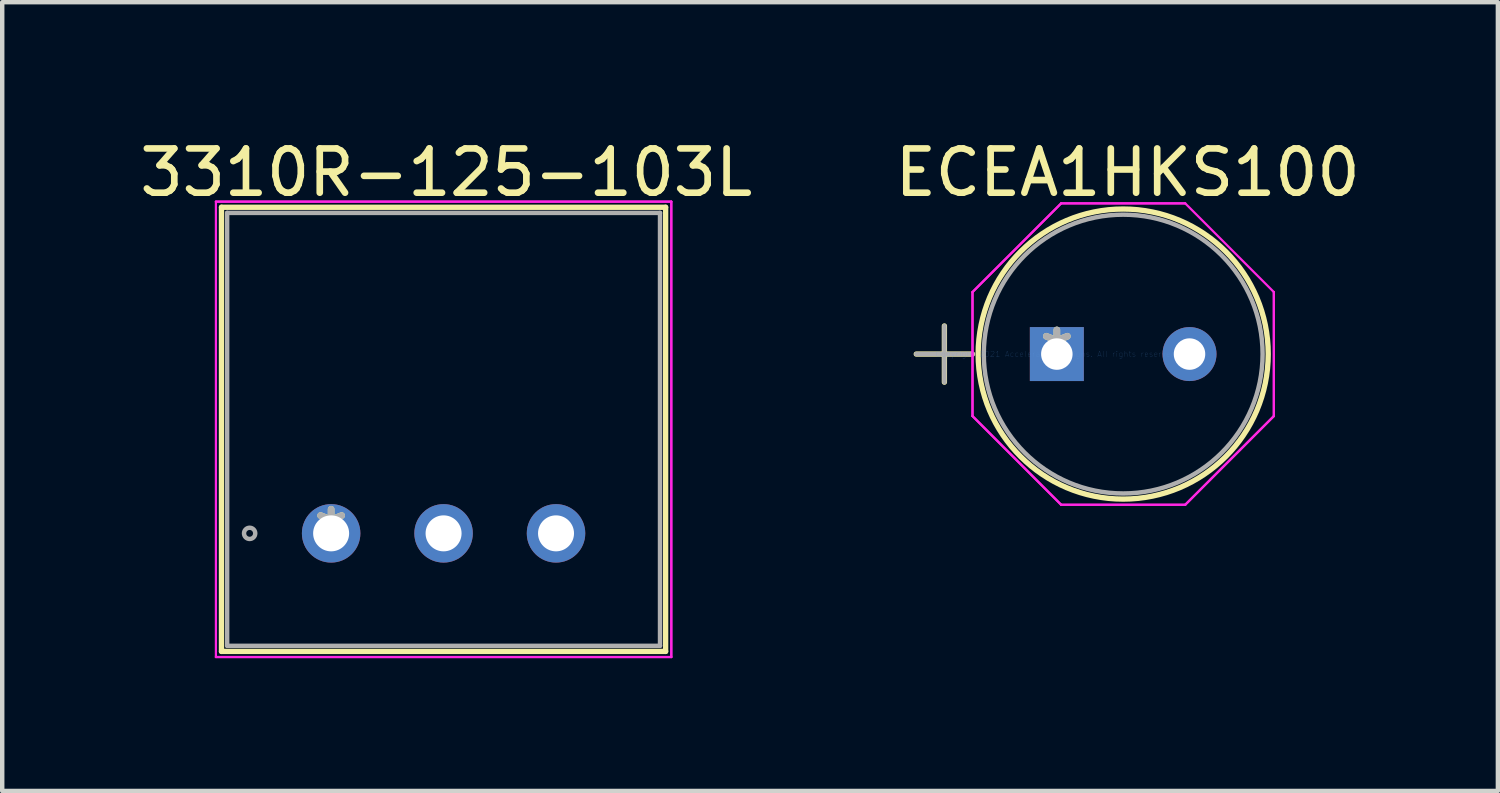
<source format=kicad_pcb>
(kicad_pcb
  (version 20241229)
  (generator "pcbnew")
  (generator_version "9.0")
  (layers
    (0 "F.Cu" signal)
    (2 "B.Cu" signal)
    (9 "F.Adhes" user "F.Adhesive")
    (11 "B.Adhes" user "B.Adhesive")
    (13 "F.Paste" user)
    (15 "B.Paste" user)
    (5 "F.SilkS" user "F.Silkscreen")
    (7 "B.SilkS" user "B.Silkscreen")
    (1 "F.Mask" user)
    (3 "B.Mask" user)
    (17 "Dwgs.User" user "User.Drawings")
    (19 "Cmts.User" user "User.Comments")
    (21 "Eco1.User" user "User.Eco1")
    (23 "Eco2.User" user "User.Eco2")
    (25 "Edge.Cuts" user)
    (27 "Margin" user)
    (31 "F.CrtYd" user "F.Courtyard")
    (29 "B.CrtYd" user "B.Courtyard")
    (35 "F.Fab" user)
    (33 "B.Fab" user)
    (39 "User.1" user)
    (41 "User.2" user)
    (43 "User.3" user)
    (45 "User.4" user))
  (footprint "ECEA1HKS100"
    (layer "F.Cu")
    (at 20.823 4.948)
    (property "Reference" "ECEA1HKS100" (at 1.6 -4.1 0) (layer "F.SilkS") (effects (font (size 1 1) (thickness 0.15))))
    (attr through_hole)
    (fp_line (start -3.175 0) (end -1.905 0) (stroke (width 0.12) (type solid)) (layer "F.SilkS"))
    (fp_line (start -2.54 -0.635) (end -2.54 0.635) (stroke (width 0.12) (type solid)) (layer "F.SilkS"))
    (fp_circle (center 1.499 0) (end 4.775 0) (stroke (width 0.12) (type solid)) (fill no) (layer "F.SilkS"))
    (fp_line (start -1.905 -1.401) (end 0.097 -3.404) (stroke (width 0.05) (type solid)) (layer "F.CrtYd"))
    (fp_line (start -1.905 -1.401) (end 0.097 -3.404) (stroke (width 0.05) (type solid)) (layer "F.CrtYd"))
    (fp_line (start -1.905 1.401) (end -1.905 -1.401) (stroke (width 0.05) (type solid)) (layer "F.CrtYd"))
    (fp_line (start -1.905 1.401) (end -1.905 -1.401) (stroke (width 0.05) (type solid)) (layer "F.CrtYd"))
    (fp_line (start 0.097 -3.404) (end 2.9 -3.404) (stroke (width 0.05) (type solid)) (layer "F.CrtYd"))
    (fp_line (start 0.097 -3.404) (end 2.9 -3.404) (stroke (width 0.05) (type solid)) (layer "F.CrtYd"))
    (fp_line (start 0.097 3.404) (end -1.905 1.401) (stroke (width 0.05) (type solid)) (layer "F.CrtYd"))
    (fp_line (start 0.097 3.404) (end -1.905 1.401) (stroke (width 0.05) (type solid)) (layer "F.CrtYd"))
    (fp_line (start 2.9 -3.404) (end 4.902 -1.401) (stroke (width 0.05) (type solid)) (layer "F.CrtYd"))
    (fp_line (start 2.9 3.404) (end 0.097 3.404) (stroke (width 0.05) (type solid)) (layer "F.CrtYd"))
    (fp_line (start 2.9 3.404) (end 0.097 3.404) (stroke (width 0.05) (type solid)) (layer "F.CrtYd"))
    (fp_line (start 4.902 -1.401) (end 4.902 1.401) (stroke (width 0.05) (type solid)) (layer "F.CrtYd"))
    (fp_line (start 4.902 -1.401) (end 4.902 1.401) (stroke (width 0.05) (type solid)) (layer "F.CrtYd"))
    (fp_line (start 4.902 1.401) (end 2.9 3.404) (stroke (width 0.05) (type solid)) (layer "F.CrtYd"))
    (fp_line (start 4.902 1.401) (end 2.9 3.404) (stroke (width 0.05) (type solid)) (layer "F.CrtYd"))
    (fp_line (start -3.175 0) (end -1.905 0) (stroke (width 0.1) (type solid)) (layer "F.Fab"))
    (fp_line (start -2.54 -0.635) (end -2.54 0.635) (stroke (width 0.1) (type solid)) (layer "F.Fab"))
    (fp_circle (center 1.499 0) (end 4.648 0) (stroke (width 0.1) (type solid)) (fill no) (layer "F.Fab"))
    (fp_text user "*" (at 0 0 0) (layer "F.SilkS") (effects (font (size 1 1) (thickness 0.15))))
    (fp_text user "Copyright 2021 Accelerated Designs. All rights reserved." (at 0 0 0) (layer "Cmts.User") (effects (font (size 0.127 0.127) (thickness 0.002))))
    (fp_text user "*" (at 0 0 0) (layer "F.Fab") (effects (font (size 1 1) (thickness 0.15))))
    (pad "1" thru_hole rect (at 0 0) (size 1.219 1.219) (drill 0.711) (layers "*.Cu" "*.Mask"))
    (pad "2" thru_hole circle (at 2.997 0) (size 1.219 1.219) (drill 0.711) (layers "*.Cu" "*.Mask")))
  (footprint "3310R-125-103L"
    (layer "F.Cu")
    (at 4.43 8.998)
    (property "Reference" "3310R-125-103L" (at 2.6 -8.15 0) (layer "F.SilkS") (effects (font (size 1 1) (thickness 0.15))))
    (attr through_hole)
    (fp_line (start -2.477 -7.366) (end 7.556 -7.366) (stroke (width 0.12) (type solid)) (layer "F.SilkS"))
    (fp_line (start -2.477 2.667) (end -2.477 -7.366) (stroke (width 0.12) (type solid)) (layer "F.SilkS"))
    (fp_line (start 7.556 -7.366) (end 7.556 2.667) (stroke (width 0.12) (type solid)) (layer "F.SilkS"))
    (fp_line (start 7.556 2.667) (end -2.477 2.667) (stroke (width 0.12) (type solid)) (layer "F.SilkS"))
    (fp_line (start -2.603 -7.493) (end 7.684 -7.493) (stroke (width 0.05) (type solid)) (layer "F.CrtYd"))
    (fp_line (start -2.603 -7.493) (end 7.684 -7.493) (stroke (width 0.05) (type solid)) (layer "F.CrtYd"))
    (fp_line (start -2.603 2.794) (end -2.603 -7.493) (stroke (width 0.05) (type solid)) (layer "F.CrtYd"))
    (fp_line (start 7.684 -7.493) (end 7.684 2.794) (stroke (width 0.05) (type solid)) (layer "F.CrtYd"))
    (fp_line (start 7.684 -7.493) (end 7.684 2.794) (stroke (width 0.05) (type solid)) (layer "F.CrtYd"))
    (fp_line (start 7.684 2.794) (end -2.603 2.794) (stroke (width 0.05) (type solid)) (layer "F.CrtYd"))
    (fp_line (start 7.684 2.794) (end -2.603 2.794) (stroke (width 0.05) (type solid)) (layer "F.CrtYd"))
    (fp_line (start -2.349 -7.239) (end 7.429 -7.239) (stroke (width 0.1) (type solid)) (layer "F.Fab"))
    (fp_line (start -2.349 2.54) (end -2.349 -7.239) (stroke (width 0.1) (type solid)) (layer "F.Fab"))
    (fp_line (start 7.429 -7.239) (end 7.429 2.54) (stroke (width 0.1) (type solid)) (layer "F.Fab"))
    (fp_line (start 7.429 2.54) (end -2.349 2.54) (stroke (width 0.1) (type solid)) (layer "F.Fab"))
    (fp_circle (center -1.841 0) (end -1.714 0) (stroke (width 0.1) (type solid)) (fill no) (layer "F.Fab"))
    (fp_text user "*" (at 0 0 0) (layer "F.SilkS") (effects (font (size 1 1) (thickness 0.15))))
    (fp_text user "*" (at 0 0 0) (layer "F.Fab") (effects (font (size 1 1) (thickness 0.15))))
    (pad "1" thru_hole circle (at 0 0) (size 1.321 1.321) (drill 0.813) (layers "*.Cu" "*.Mask"))
    (pad "2" thru_hole circle (at 2.54 0) (size 1.321 1.321) (drill 0.813) (layers "*.Cu" "*.Mask"))
    (pad "3" thru_hole circle (at 5.08 0) (size 1.321 1.321) (drill 0.813) (layers "*.Cu" "*.Mask")))
  (gr_rect
    (start -3 -3)
    (end 30.786 14.817)
    (stroke (width 0.1) (type default))
    (fill no)
    (layer "Edge.Cuts")))
</source>
